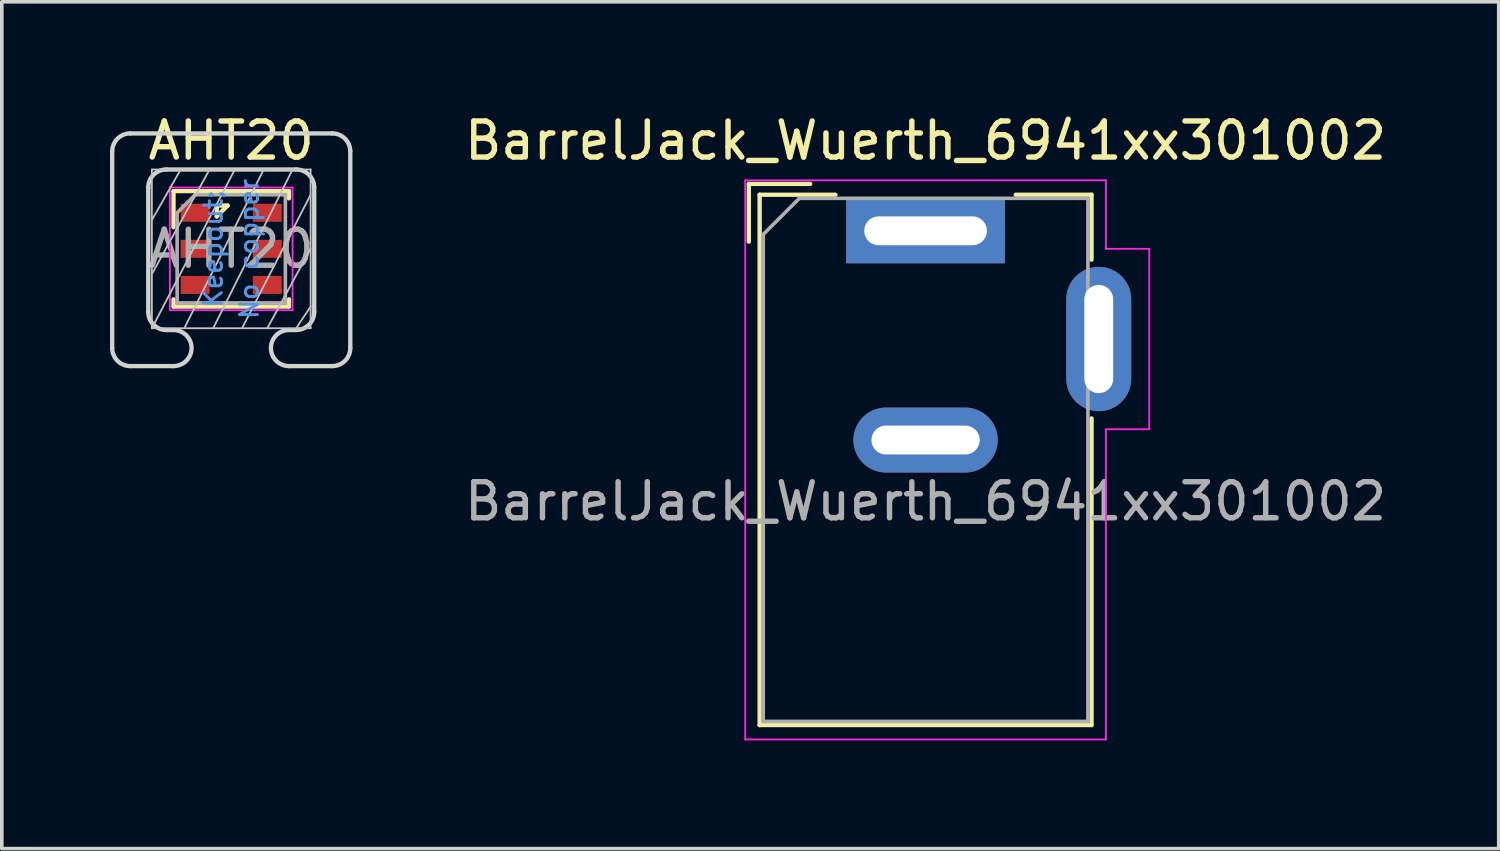
<source format=kicad_pcb>
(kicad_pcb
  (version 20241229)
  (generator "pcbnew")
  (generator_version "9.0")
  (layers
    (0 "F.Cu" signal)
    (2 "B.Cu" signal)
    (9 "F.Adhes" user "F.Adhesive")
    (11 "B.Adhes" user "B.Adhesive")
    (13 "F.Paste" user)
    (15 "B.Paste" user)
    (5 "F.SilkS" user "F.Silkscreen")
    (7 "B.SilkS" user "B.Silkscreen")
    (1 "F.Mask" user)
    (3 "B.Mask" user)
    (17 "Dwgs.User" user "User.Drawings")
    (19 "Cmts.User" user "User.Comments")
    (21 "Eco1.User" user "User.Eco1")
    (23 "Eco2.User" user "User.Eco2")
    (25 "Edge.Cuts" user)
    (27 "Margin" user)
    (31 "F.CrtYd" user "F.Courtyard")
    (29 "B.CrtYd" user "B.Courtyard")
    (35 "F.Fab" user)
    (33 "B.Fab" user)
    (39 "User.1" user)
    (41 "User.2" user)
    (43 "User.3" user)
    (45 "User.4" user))
  (footprint "AHT20"
    (layer "F.Cu")
    (at 3.36 3.848)
    (property "Reference" "AHT20" (at 0 -3 0) (layer "F.SilkS") (effects (font (size 1 1) (thickness 0.15))))
    (attr smd)
    (fp_line (start -1.6 -1.6) (end 1.6 -1.6) (stroke (width 0.12) (type solid)) (layer "F.SilkS"))
    (fp_line (start -1.6 -0.6) (end -1.6 -1.6) (stroke (width 0.12) (type solid)) (layer "F.SilkS"))
    (fp_line (start -1.6 1.6) (end -1.6 1.4) (stroke (width 0.12) (type solid)) (layer "F.SilkS"))
    (fp_line (start -1.6 1.6) (end 1.6 1.6) (stroke (width 0.12) (type solid)) (layer "F.SilkS"))
    (fp_line (start -0.4 -1.2) (end -0.1 -1.2) (stroke (width 0.12) (type solid)) (layer "F.SilkS"))
    (fp_line (start -0.4 -0.9) (end -0.4 -1.2) (stroke (width 0.12) (type solid)) (layer "F.SilkS"))
    (fp_line (start -0.4 -0.9) (end -0.1 -1.2) (stroke (width 0.12) (type solid)) (layer "F.SilkS"))
    (fp_line (start 1.6 -1.4) (end 1.6 -1.6) (stroke (width 0.12) (type solid)) (layer "F.SilkS"))
    (fp_line (start 1.6 1.6) (end 1.6 1.4) (stroke (width 0.12) (type solid)) (layer "F.SilkS"))
    (fp_line (start -2.2 -0.8) (end -1.4 -2.2) (stroke (width 0.05) (type solid)) (layer "Dwgs.User"))
    (fp_line (start -2.2 0.7) (end -0.6 -2.2) (stroke (width 0.05) (type solid)) (layer "Dwgs.User"))
    (fp_line (start -2.2 2.2) (end -2.2 -2.2) (stroke (width 0.05) (type solid)) (layer "Dwgs.User"))
    (fp_line (start -2.2 2.2) (end 0.1 -2.2) (stroke (width 0.05) (type solid)) (layer "Dwgs.User"))
    (fp_line (start -1.3 2.2) (end 0.9 -2.2) (stroke (width 0.05) (type solid)) (layer "Dwgs.User"))
    (fp_line (start -0.5 2.2) (end 1.7 -2.2) (stroke (width 0.05) (type solid)) (layer "Dwgs.User"))
    (fp_line (start 0.3 2.2) (end 2.2 -1.5) (stroke (width 0.05) (type solid)) (layer "Dwgs.User"))
    (fp_line (start 1 2.2) (end 2.2 0) (stroke (width 0.05) (type solid)) (layer "Dwgs.User"))
    (fp_line (start 1.8 2.2) (end 2.2 1.6) (stroke (width 0.05) (type solid)) (layer "Dwgs.User"))
    (fp_line (start 2.2 -2.2) (end -2.2 -2.2) (stroke (width 0.05) (type solid)) (layer "Dwgs.User"))
    (fp_line (start 2.2 -2.2) (end 2.2 2.2) (stroke (width 0.05) (type solid)) (layer "Dwgs.User"))
    (fp_line (start 2.2 2.2) (end -2.2 2.2) (stroke (width 0.05) (type solid)) (layer "Dwgs.User"))
    (fp_line (start -3.3 2.75) (end -3.3 -2.7) (stroke (width 0.12) (type solid)) (layer "Edge.Cuts"))
    (fp_line (start -2.3 1.75) (end -2.3 -1.7) (stroke (width 0.12) (type solid)) (layer "Edge.Cuts"))
    (fp_line (start -1.8 -2.2) (end 1.8 -2.2) (stroke (width 0.12) (type solid)) (layer "Edge.Cuts"))
    (fp_line (start -1.6 2.25) (end -1.8 2.25) (stroke (width 0.12) (type solid)) (layer "Edge.Cuts"))
    (fp_line (start -1.6 3.25) (end -2.8 3.25) (stroke (width 0.12) (type solid)) (layer "Edge.Cuts"))
    (fp_line (start 1.6 2.25) (end 1.8 2.25) (stroke (width 0.12) (type solid)) (layer "Edge.Cuts"))
    (fp_line (start 1.6 3.25) (end 2.8 3.25) (stroke (width 0.12) (type solid)) (layer "Edge.Cuts"))
    (fp_line (start 2.3 -1.7) (end 2.3 1.75) (stroke (width 0.12) (type solid)) (layer "Edge.Cuts"))
    (fp_line (start 2.8 -3.2) (end -2.8 -3.2) (stroke (width 0.12) (type solid)) (layer "Edge.Cuts"))
    (fp_line (start 3.3 2.75) (end 3.3 -2.7) (stroke (width 0.12) (type solid)) (layer "Edge.Cuts"))
    (fp_arc (start -3.3 -2.7) (mid -3.153553 -3.053553) (end -2.8 -3.2) (stroke (width 0.12) (type solid)) (layer "Edge.Cuts"))
    (fp_arc (start -2.8 3.25) (mid -3.153553 3.103553) (end -3.3 2.75) (stroke (width 0.12) (type solid)) (layer "Edge.Cuts"))
    (fp_arc (start -2.3 -1.7) (mid -2.153553 -2.053553) (end -1.8 -2.2) (stroke (width 0.12) (type solid)) (layer "Edge.Cuts"))
    (fp_arc (start -1.8 2.25) (mid -2.153553 2.103553) (end -2.3 1.75) (stroke (width 0.12) (type solid)) (layer "Edge.Cuts"))
    (fp_arc (start -1.6 2.25) (mid -1.1 2.75) (end -1.6 3.25) (stroke (width 0.12) (type solid)) (layer "Edge.Cuts"))
    (fp_arc (start 1.6 3.25) (mid 1.1 2.75) (end 1.6 2.25) (stroke (width 0.12) (type solid)) (layer "Edge.Cuts"))
    (fp_arc (start 1.8 -2.2) (mid 2.153553 -2.053553) (end 2.3 -1.7) (stroke (width 0.12) (type solid)) (layer "Edge.Cuts"))
    (fp_arc (start 2.3 1.75) (mid 2.153553 2.103553) (end 1.8 2.25) (stroke (width 0.12) (type solid)) (layer "Edge.Cuts"))
    (fp_arc (start 2.8 -3.2) (mid 3.153553 -3.053553) (end 3.3 -2.7) (stroke (width 0.12) (type solid)) (layer "Edge.Cuts"))
    (fp_arc (start 3.3 2.75) (mid 3.153553 3.103553) (end 2.8 3.25) (stroke (width 0.12) (type solid)) (layer "Edge.Cuts"))
    (fp_line (start -1.7 -1.7) (end 1.7 -1.7) (stroke (width 0.05) (type solid)) (layer "F.CrtYd"))
    (fp_line (start -1.7 1.7) (end -1.7 -1.7) (stroke (width 0.05) (type solid)) (layer "F.CrtYd"))
    (fp_line (start 1.7 -1.7) (end 1.7 1.7) (stroke (width 0.05) (type solid)) (layer "F.CrtYd"))
    (fp_line (start 1.7 1.7) (end -1.7 1.7) (stroke (width 0.05) (type solid)) (layer "F.CrtYd"))
    (fp_line (start -1.5 -1) (end -1 -1.5) (stroke (width 0.1) (type solid)) (layer "F.Fab"))
    (fp_line (start -1.5 1.5) (end -1.5 -1) (stroke (width 0.1) (type solid)) (layer "F.Fab"))
    (fp_line (start -1 -1.5) (end 1.5 -1.5) (stroke (width 0.1) (type solid)) (layer "F.Fab"))
    (fp_line (start 1.5 -1.5) (end 1.5 1.5) (stroke (width 0.1) (type solid)) (layer "F.Fab"))
    (fp_line (start 1.5 1.5) (end -1.5 1.5) (stroke (width 0.1) (type solid)) (layer "F.Fab"))
    (fp_text user "Keepout;" (at -0.5 0 90) (layer "Cmts.User") (effects (font (size 0.5 0.5) (thickness 0.08))))
    (fp_text user "No copper" (at 0.5 0 90) (layer "Cmts.User") (effects (font (size 0.5 0.5) (thickness 0.08))))
    (fp_text user "${REFERENCE}" (at 0 0 0) (layer "F.Fab") (effects (font (size 1 1) (thickness 0.15))))
    (pad "1" smd rect (at -1 -1) (size 0.8 0.5) (layers "F.Cu" "F.Mask" "F.Paste"))
    (pad "2" smd rect (at -1 0) (size 0.8 0.5) (layers "F.Cu" "F.Mask" "F.Paste"))
    (pad "3" smd rect (at -1 1) (size 0.8 0.5) (layers "F.Cu" "F.Mask" "F.Paste"))
    (pad "4" smd rect (at 1 1) (size 0.8 0.5) (layers "F.Cu" "F.Mask" "F.Paste"))
    (pad "5" smd rect (at 1 0) (size 0.8 0.5) (layers "F.Cu" "F.Mask" "F.Paste"))
    (pad "6" smd rect (at 1 -1) (size 0.8 0.5) (layers "F.Cu" "F.Mask" "F.Paste")))
  (footprint "BarrelJack_Wuerth_6941xx301002"
    (layer "F.Cu")
    (at 22.607 3.348)
    (property "Reference" "BarrelJack_Wuerth_6941xx301002" (at 0 -2.5 0) (layer "F.SilkS") (effects (font (size 1 1) (thickness 0.15))))
    (attr through_hole)
    (fp_line (start -4.9 -1.3) (end -4.9 0.3) (stroke (width 0.12) (type solid)) (layer "F.SilkS"))
    (fp_line (start -4.6 -1) (end -2.5 -1) (stroke (width 0.12) (type solid)) (layer "F.SilkS"))
    (fp_line (start -4.6 13.7) (end -4.6 -1) (stroke (width 0.12) (type solid)) (layer "F.SilkS"))
    (fp_line (start -3.2 -1.3) (end -4.9 -1.3) (stroke (width 0.12) (type solid)) (layer "F.SilkS"))
    (fp_line (start 2.5 -1) (end 4.6 -1) (stroke (width 0.12) (type solid)) (layer "F.SilkS"))
    (fp_line (start 4.6 -1) (end 4.6 0.8) (stroke (width 0.12) (type solid)) (layer "F.SilkS"))
    (fp_line (start 4.6 5.2) (end 4.6 13.7) (stroke (width 0.12) (type solid)) (layer "F.SilkS"))
    (fp_line (start 4.6 13.7) (end -4.6 13.7) (stroke (width 0.12) (type solid)) (layer "F.SilkS"))
    (fp_line (start -5 -1.4) (end -5 14.1) (stroke (width 0.05) (type solid)) (layer "F.CrtYd"))
    (fp_line (start -5 14.1) (end 5 14.1) (stroke (width 0.05) (type solid)) (layer "F.CrtYd"))
    (fp_line (start 5 -1.4) (end -5 -1.4) (stroke (width 0.05) (type solid)) (layer "F.CrtYd"))
    (fp_line (start 5 0.5) (end 5 -1.4) (stroke (width 0.05) (type solid)) (layer "F.CrtYd"))
    (fp_line (start 5 14.1) (end 5 5.5) (stroke (width 0.05) (type solid)) (layer "F.CrtYd"))
    (fp_line (start 6.2 0.5) (end 5 0.5) (stroke (width 0.05) (type solid)) (layer "F.CrtYd"))
    (fp_line (start 6.2 0.5) (end 6.2 5.5) (stroke (width 0.05) (type solid)) (layer "F.CrtYd"))
    (fp_line (start 6.2 5.5) (end 5 5.5) (stroke (width 0.05) (type solid)) (layer "F.CrtYd"))
    (fp_line (start -4.5 0.1) (end -3.5 -0.9) (stroke (width 0.1) (type solid)) (layer "F.Fab"))
    (fp_line (start -4.5 13.6) (end -4.5 0.1) (stroke (width 0.1) (type solid)) (layer "F.Fab"))
    (fp_line (start 4.5 -0.9) (end -3.5 -0.9) (stroke (width 0.1) (type solid)) (layer "F.Fab"))
    (fp_line (start 4.5 -0.9) (end 4.5 13.6) (stroke (width 0.1) (type solid)) (layer "F.Fab"))
    (fp_line (start 4.5 13.6) (end -4.5 13.6) (stroke (width 0.1) (type solid)) (layer "F.Fab"))
    (fp_text user "${REFERENCE}" (at 0 7.5 0) (layer "F.Fab") (effects (font (size 1 1) (thickness 0.15))))
    (pad "1" thru_hole rect (at 0 0) (size 4.4 1.8) (drill oval 3.4 0.8) (layers "*.Cu" "*.Mask"))
    (pad "2" thru_hole oval (at 0 5.8) (size 4 1.8) (drill oval 3 0.8) (layers "*.Cu" "*.Mask"))
    (pad "3" thru_hole oval (at 4.8 3 90) (size 4 1.8) (drill oval 3 0.8) (layers "*.Cu" "*.Mask")))
  (gr_rect
    (start -3 -3)
    (end 38.494 20.473)
    (stroke (width 0.1) (type default))
    (fill no)
    (layer "Edge.Cuts")))
</source>
